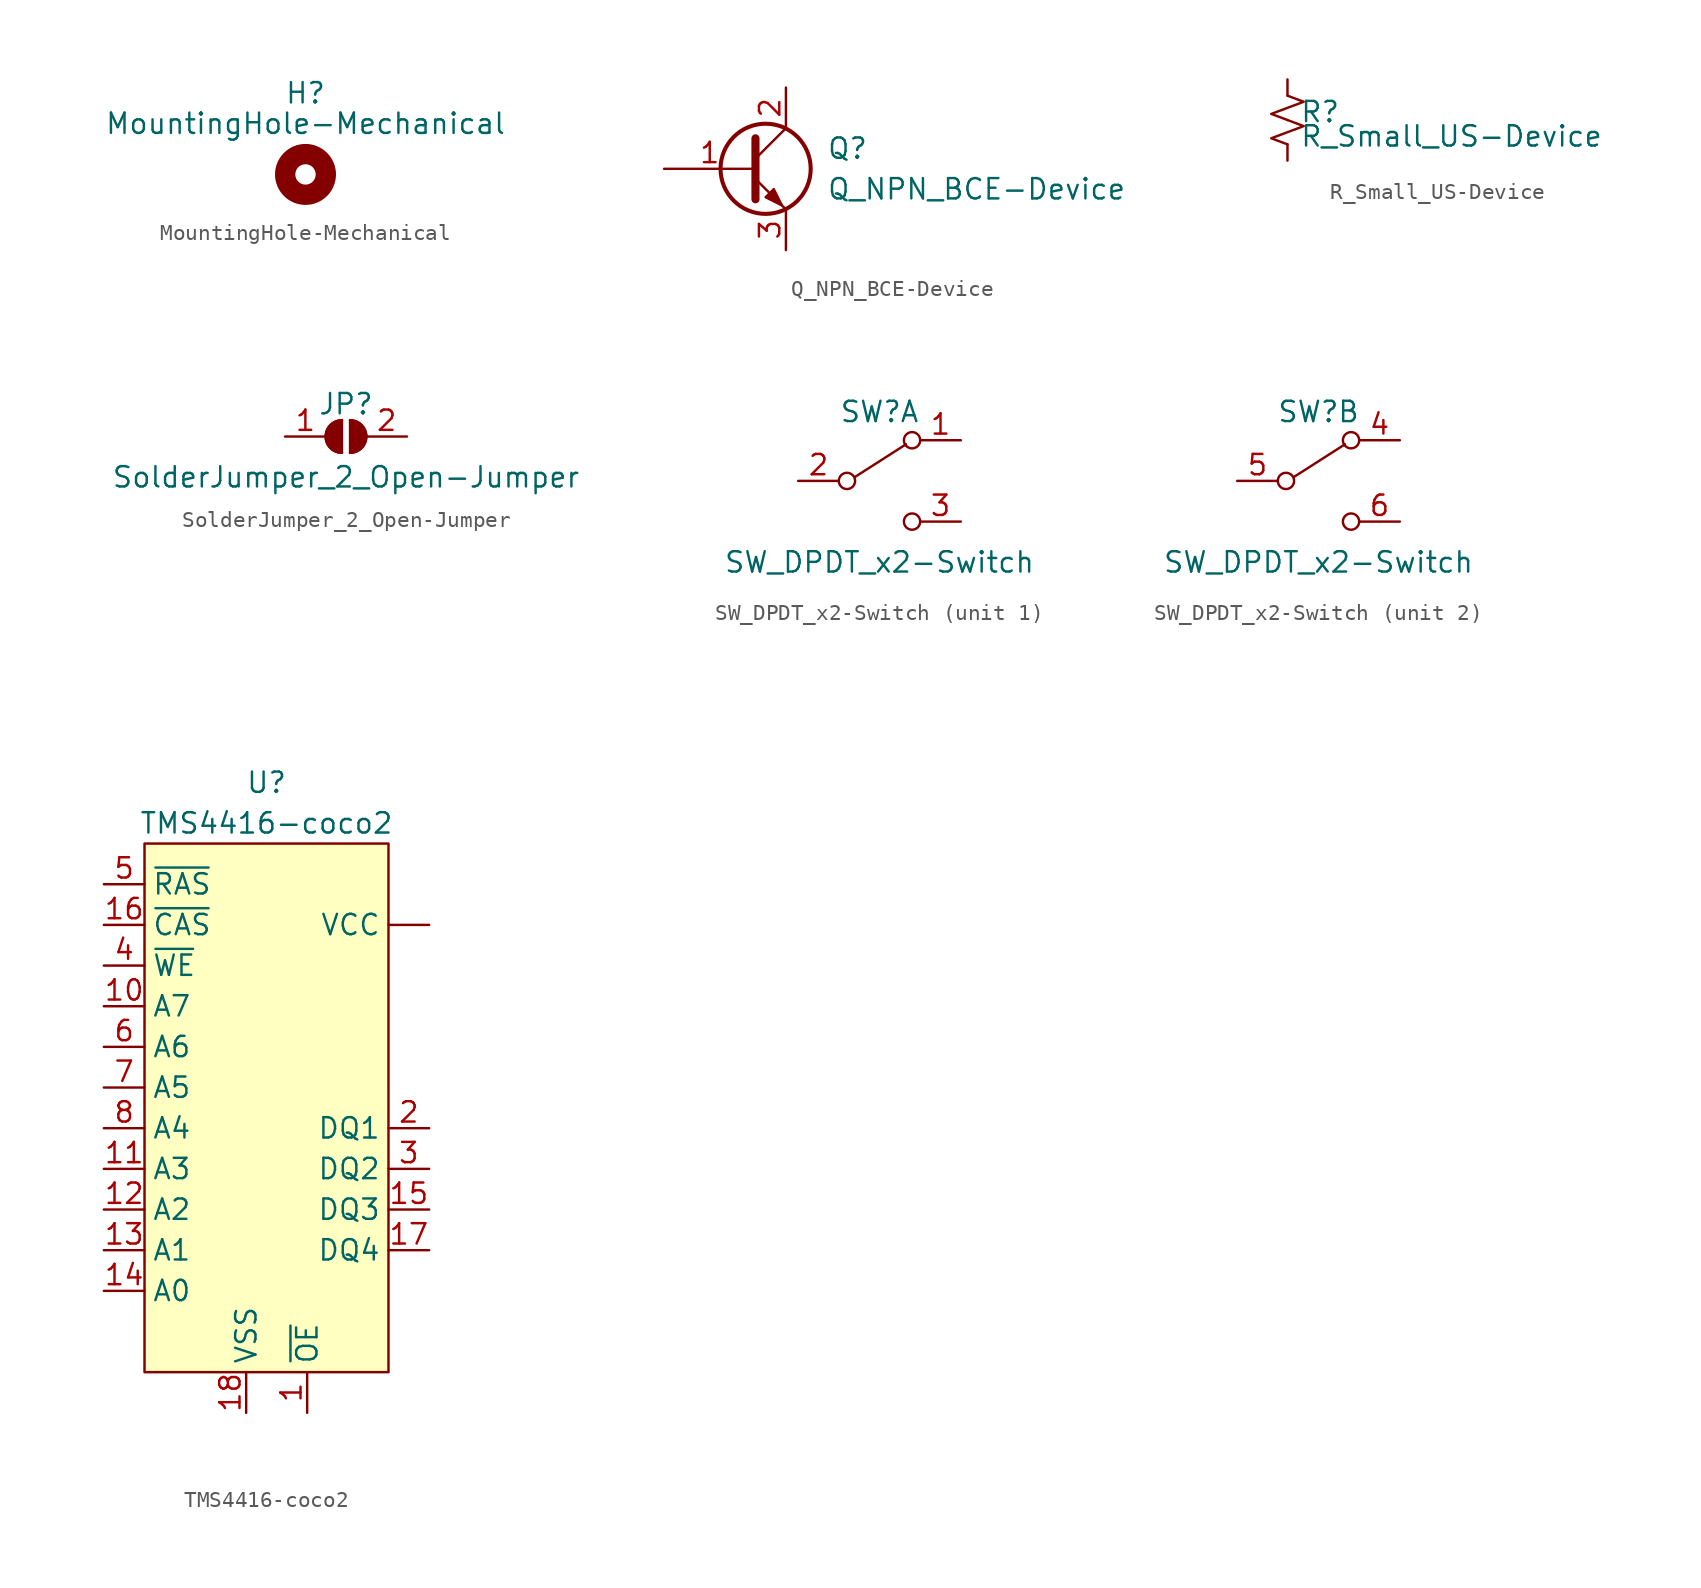
<source format=kicad_sym>
(kicad_symbol_lib
  (version 20211014)
  (generator kicad_symbol_editor)
  (symbol "MountingHole-Mechanical"
    (pin_names
      (offset 1.016))
    (property "Reference" "H"
      (at 0 5.08 0)
      (effects (font (size 1.27 1.27))))
    (property "Value" "MountingHole-Mechanical"
      (at 0 3.175 0)
      (effects (font (size 1.27 1.27))))
    (symbol "MountingHole-Mechanical_0_1"
      (circle (center 0 0) (radius 1.27) (stroke (width 1.27) (type default) (color 0 0 0 0)) (fill (type none)))))
  (symbol "Q_NPN_BCE-Device"
    (pin_names
      (offset 0) hide)
    (property "Reference" "Q"
      (at 5.08 1.27 0)
      (effects (font (size 1.27 1.27)) (justify left)))
    (property "Value" "Q_NPN_BCE-Device"
      (at 5.08 -1.27 0)
      (effects (font (size 1.27 1.27)) (justify left)))
    (symbol "Q_NPN_BCE-Device_0_1"
      (polyline (pts (xy 0.635 0.635) (xy 2.54 2.54)) (stroke (width 0) (type default) (color 0 0 0 0)) (fill (type none)))
      (polyline (pts (xy 0.635 -0.635) (xy 2.54 -2.54) (xy 2.54 -2.54)) (stroke (width 0) (type default) (color 0 0 0 0)) (fill (type none)))
      (polyline (pts (xy 0.635 1.905) (xy 0.635 -1.905) (xy 0.635 -1.905)) (stroke (width 0.508) (type default) (color 0 0 0 0)) (fill (type none)))
      (polyline (pts (xy 1.27 -1.778) (xy 1.778 -1.27) (xy 2.286 -2.286) (xy 1.27 -1.778) (xy 1.27 -1.778)) (stroke (width 0) (type default) (color 0 0 0 0)) (fill (type outline)))
      (circle (center 1.27 0) (radius 2.819) (stroke (width 0.254) (type default) (color 0 0 0 0)) (fill (type none))))
    (symbol "Q_NPN_BCE-Device_1_1"
      (pin input line (at -5.08 0 0) (length 5.715) (name "B" (effects (font (size 1.27 1.27)))) (number "1" (effects (font (size 1.27 1.27)))))
      (pin passive line (at 2.54 5.08 270) (length 2.54) (name "C" (effects (font (size 1.27 1.27)))) (number "2" (effects (font (size 1.27 1.27)))))
      (pin passive line (at 2.54 -5.08 90) (length 2.54) (name "E" (effects (font (size 1.27 1.27)))) (number "3" (effects (font (size 1.27 1.27)))))))
  (symbol "R_Small_US-Device"
    (pin_numbers hide)
    (pin_names
      (offset 0.254) hide)
    (property "Reference" "R"
      (at 0.762 0.508 0)
      (effects (font (size 1.27 1.27)) (justify left)))
    (property "Value" "R_Small_US-Device"
      (at 0.762 -1.016 0)
      (effects (font (size 1.27 1.27)) (justify left)))
    (symbol "R_Small_US-Device_1_1"
      (polyline (pts (xy 0 0) (xy 1.016 -0.381) (xy 0 -0.762) (xy -1.016 -1.143) (xy 0 -1.524)) (stroke (width 0) (type default) (color 0 0 0 0)) (fill (type none)))
      (polyline (pts (xy 0 1.524) (xy 1.016 1.143) (xy 0 0.762) (xy -1.016 0.381) (xy 0 0)) (stroke (width 0) (type default) (color 0 0 0 0)) (fill (type none)))
      (pin passive line (at 0 2.54 270) (length 1.016) (name "~" (effects (font (size 1.27 1.27)))) (number "1" (effects (font (size 1.27 1.27)))))
      (pin passive line (at 0 -2.54 90) (length 1.016) (name "~" (effects (font (size 1.27 1.27)))) (number "2" (effects (font (size 1.27 1.27)))))))
  (symbol "SolderJumper_2_Open-Jumper"
    (pin_names
      (offset 0) hide)
    (property "Reference" "JP"
      (at 0 2.032 0)
      (effects (font (size 1.27 1.27))))
    (property "Value" "SolderJumper_2_Open-Jumper"
      (at 0 -2.54 0)
      (effects (font (size 1.27 1.27))))
    (symbol "SolderJumper_2_Open-Jumper_0_1"
      (arc (start -0.254 1.016) (mid -1.27 0) (end -0.254 -1.016) (stroke (width 0) (type default) (color 0 0 0 0)) (fill (type none)))
      (arc (start -0.254 1.016) (mid -1.27 0) (end -0.254 -1.016) (stroke (width 0) (type default) (color 0 0 0 0)) (fill (type outline)))
      (polyline (pts (xy -0.254 1.016) (xy -0.254 -1.016)) (stroke (width 0) (type default) (color 0 0 0 0)) (fill (type none)))
      (polyline (pts (xy 0.254 1.016) (xy 0.254 -1.016)) (stroke (width 0) (type default) (color 0 0 0 0)) (fill (type none)))
      (arc (start 0.254 -1.016) (mid 1.27 0) (end 0.254 1.016) (stroke (width 0) (type default) (color 0 0 0 0)) (fill (type none)))
      (arc (start 0.254 -1.016) (mid 1.27 0) (end 0.254 1.016) (stroke (width 0) (type default) (color 0 0 0 0)) (fill (type outline))))
    (symbol "SolderJumper_2_Open-Jumper_1_1"
      (pin passive line (at -3.81 0 0) (length 2.54) (name "A" (effects (font (size 1.27 1.27)))) (number "1" (effects (font (size 1.27 1.27)))))
      (pin passive line (at 3.81 0 180) (length 2.54) (name "B" (effects (font (size 1.27 1.27)))) (number "2" (effects (font (size 1.27 1.27)))))))
  (symbol "SW_DPDT_x2-Switch"
    (pin_names
      (offset 0) hide)
    (property "Reference" "SW"
      (at 0 4.318 0)
      (effects (font (size 1.27 1.27))))
    (property "Value" "SW_DPDT_x2-Switch"
      (at 0 -5.08 0)
      (effects (font (size 1.27 1.27))))
    (symbol "SW_DPDT_x2-Switch_0_0"
      (circle (center -2.032 0) (radius 0.508) (stroke (width 0) (type default) (color 0 0 0 0)) (fill (type none)))
      (circle (center 2.032 -2.54) (radius 0.508) (stroke (width 0) (type default) (color 0 0 0 0)) (fill (type none))))
    (symbol "SW_DPDT_x2-Switch_0_1"
      (polyline (pts (xy -1.524 0.254) (xy 1.651 2.286)) (stroke (width 0) (type default) (color 0 0 0 0)) (fill (type none)))
      (circle (center 2.032 2.54) (radius 0.508) (stroke (width 0) (type default) (color 0 0 0 0)) (fill (type none))))
    (symbol "SW_DPDT_x2-Switch_1_1"
      (pin passive line (at 5.08 2.54 180) (length 2.54) (name "A" (effects (font (size 1.27 1.27)))) (number "1" (effects (font (size 1.27 1.27)))))
      (pin passive line (at -5.08 0 0) (length 2.54) (name "B" (effects (font (size 1.27 1.27)))) (number "2" (effects (font (size 1.27 1.27)))))
      (pin passive line (at 5.08 -2.54 180) (length 2.54) (name "C" (effects (font (size 1.27 1.27)))) (number "3" (effects (font (size 1.27 1.27))))))
    (symbol "SW_DPDT_x2-Switch_2_1"
      (pin passive line (at 5.08 2.54 180) (length 2.54) (name "A" (effects (font (size 1.27 1.27)))) (number "4" (effects (font (size 1.27 1.27)))))
      (pin passive line (at -5.08 0 0) (length 2.54) (name "B" (effects (font (size 1.27 1.27)))) (number "5" (effects (font (size 1.27 1.27)))))
      (pin passive line (at 5.08 -2.54 180) (length 2.54) (name "C" (effects (font (size 1.27 1.27)))) (number "6" (effects (font (size 1.27 1.27)))))))
  (symbol "TMS4416-coco2"
    (pin_names
      (offset 0.457))
    (property "Reference" "U"
      (at 6.35 1.27 0)
      (effects (font (size 1.27 1.27))))
    (property "Value" "TMS4416-coco2"
      (at 6.35 -1.27 0)
      (effects (font (size 1.27 1.27))))
    (symbol "TMS4416-coco2_0_1"
      (rectangle (start 13.97 -35.56) (end -1.27 -2.54) (stroke (width 0) (type default) (color 0 0 0 0)) (fill (type background))))
    (symbol "TMS4416-coco2_1_1"
      (pin input line (at 8.89 -38.1 90) (length 2.54) (name "~{OE}" (effects (font (size 1.27 1.27)))) (number "1" (effects (font (size 1.27 1.27)))))
      (pin input line (at -3.81 -12.7 0) (length 2.54) (name "A7" (effects (font (size 1.27 1.27)))) (number "10" (effects (font (size 1.27 1.27)))))
      (pin input line (at -3.81 -22.86 0) (length 2.54) (name "A3" (effects (font (size 1.27 1.27)))) (number "11" (effects (font (size 1.27 1.27)))))
      (pin input line (at -3.81 -25.4 0) (length 2.54) (name "A2" (effects (font (size 1.27 1.27)))) (number "12" (effects (font (size 1.27 1.27)))))
      (pin input line (at -3.81 -27.94 0) (length 2.54) (name "A1" (effects (font (size 1.27 1.27)))) (number "13" (effects (font (size 1.27 1.27)))))
      (pin input line (at -3.81 -30.48 0) (length 2.54) (name "A0" (effects (font (size 1.27 1.27)))) (number "14" (effects (font (size 1.27 1.27)))))
      (pin bidirectional line (at 16.51 -25.4 180) (length 2.54) (name "DQ3" (effects (font (size 1.27 1.27)))) (number "15" (effects (font (size 1.27 1.27)))))
      (pin input line (at -3.81 -7.62 0) (length 2.54) (name "~{CAS}" (effects (font (size 1.27 1.27)))) (number "16" (effects (font (size 1.27 1.27)))))
      (pin bidirectional line (at 16.51 -27.94 180) (length 2.54) (name "DQ4" (effects (font (size 1.27 1.27)))) (number "17" (effects (font (size 1.27 1.27)))))
      (pin power_in line (at 5.08 -38.1 90) (length 2.54) (name "VSS" (effects (font (size 1.27 1.27)))) (number "18" (effects (font (size 1.27 1.27)))))
      (pin bidirectional line (at 16.51 -20.32 180) (length 2.54) (name "DQ1" (effects (font (size 1.27 1.27)))) (number "2" (effects (font (size 1.27 1.27)))))
      (pin bidirectional line (at 16.51 -22.86 180) (length 2.54) (name "DQ2" (effects (font (size 1.27 1.27)))) (number "3" (effects (font (size 1.27 1.27)))))
      (pin input line (at -3.81 -10.16 0) (length 2.54) (name "~{WE}" (effects (font (size 1.27 1.27)))) (number "4" (effects (font (size 1.27 1.27)))))
      (pin input line (at -3.81 -5.08 0) (length 2.54) (name "~{RAS}" (effects (font (size 1.27 1.27)))) (number "5" (effects (font (size 1.27 1.27)))))
      (pin input line (at -3.81 -15.24 0) (length 2.54) (name "A6" (effects (font (size 1.27 1.27)))) (number "6" (effects (font (size 1.27 1.27)))))
      (pin input line (at -3.81 -17.78 0) (length 2.54) (name "A5" (effects (font (size 1.27 1.27)))) (number "7" (effects (font (size 1.27 1.27)))))
      (pin input line (at -3.81 -20.32 0) (length 2.54) (name "A4" (effects (font (size 1.27 1.27)))) (number "8" (effects (font (size 1.27 1.27)))))
      (pin power_in line (at 16.51 -7.62 180) (length 2.54) (name "VCC" (effects (font (size 1.27 1.27)))) (number "~" (effects (font (size 1.27 1.27))))))))
</source>
